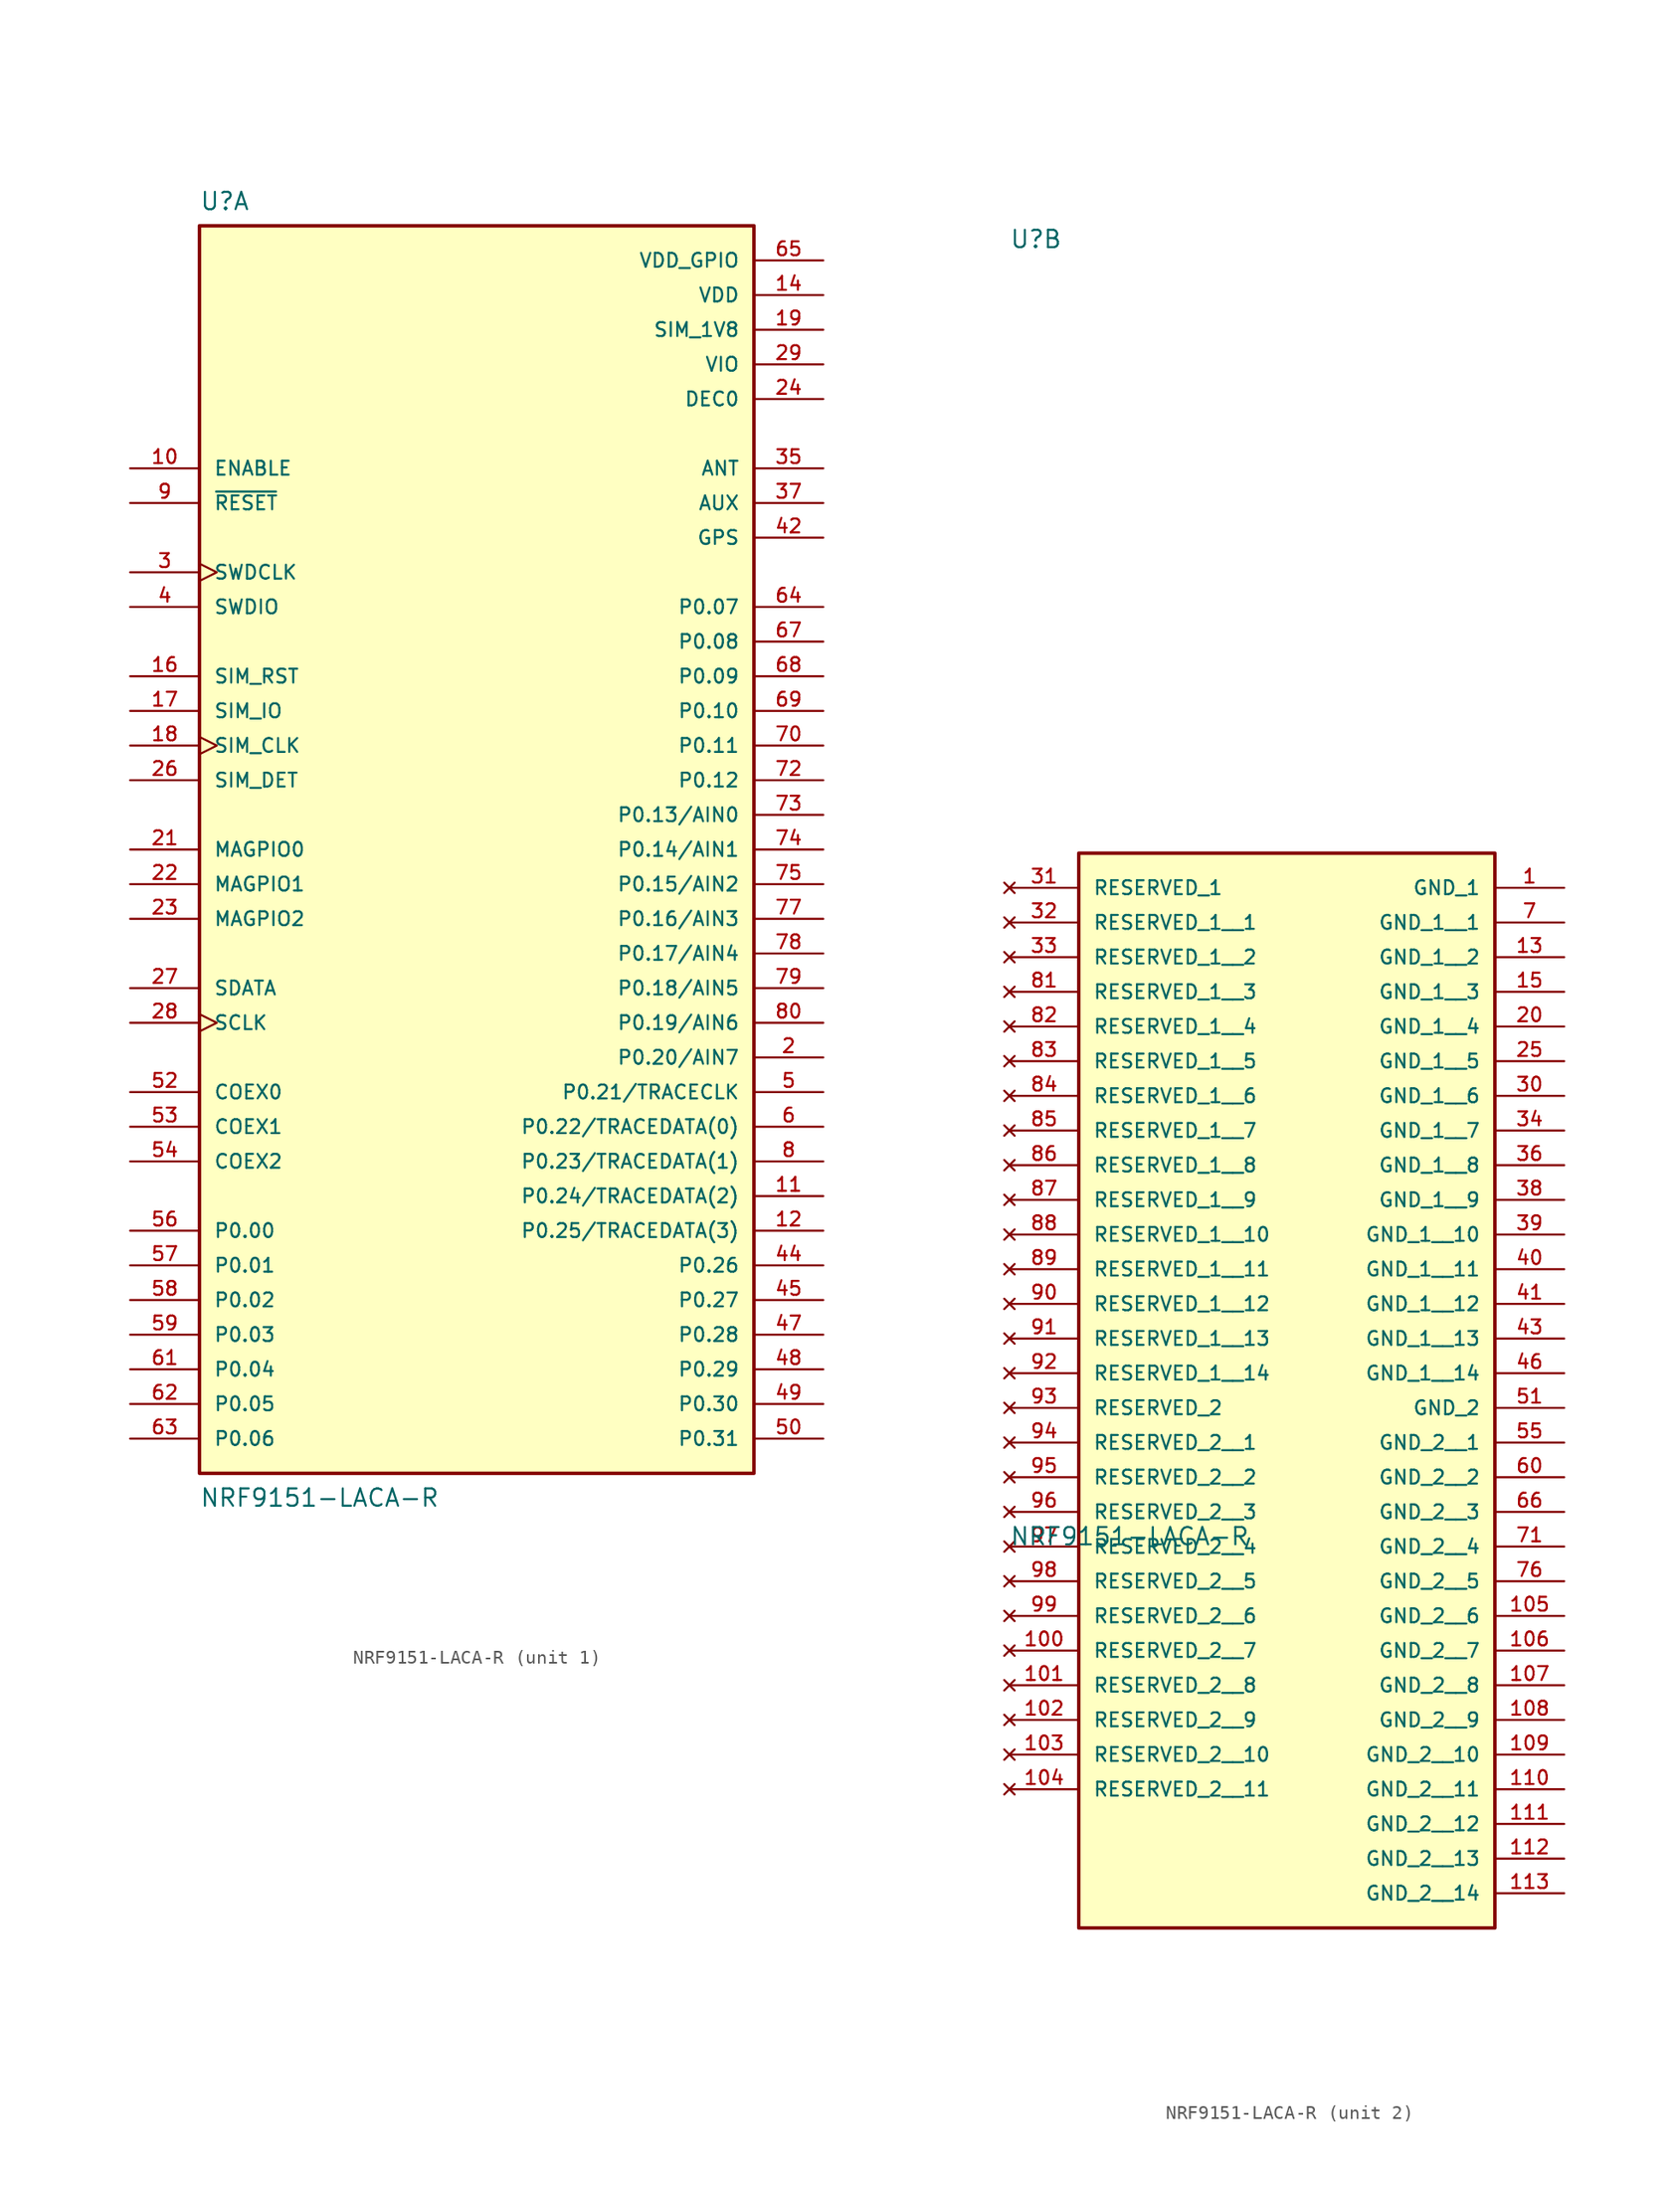
<source format=kicad_sym>
(kicad_symbol_lib
  (version 20211014)
  (generator kicad_symbol_editor)
  (symbol "NRF9151-LACA-R"
    (pin_names
      (offset 1.016))
    (property "Reference" "U"
      (at -20.32 48.26 0)
      (effects (font (size 1.27 1.27)) (justify top left)))
    (property "Value" "NRF9151-LACA-R"
      (at -20.32 -48.26 0)
      (effects (font (size 1.27 1.27)) (justify bottom left)))
    (symbol "NRF9151-LACA-R_1_0"
      (rectangle (start -20.32 -45.72) (end 20.32 45.72) (stroke (width 0.254)) (fill (type background)))
      (pin bidirectional line (at 25.4 -15.24 180.0) (length 5.08) (name "P0.20/AIN7" (effects (font (size 1.016 1.016)))) (number "2" (effects (font (size 1.016 1.016)))))
      (pin input clock (at -25.4 20.32 0) (length 5.08) (name "SWDCLK" (effects (font (size 1.016 1.016)))) (number "3" (effects (font (size 1.016 1.016)))))
      (pin bidirectional line (at -25.4 17.78 0) (length 5.08) (name "SWDIO" (effects (font (size 1.016 1.016)))) (number "4" (effects (font (size 1.016 1.016)))))
      (pin bidirectional line (at 25.4 -17.78 180.0) (length 5.08) (name "P0.21/TRACECLK" (effects (font (size 1.016 1.016)))) (number "5" (effects (font (size 1.016 1.016)))))
      (pin bidirectional line (at 25.4 -20.32 180.0) (length 5.08) (name "P0.22/TRACEDATA(0)" (effects (font (size 1.016 1.016)))) (number "6" (effects (font (size 1.016 1.016)))))
      (pin bidirectional line (at 25.4 -22.86 180.0) (length 5.08) (name "P0.23/TRACEDATA(1)" (effects (font (size 1.016 1.016)))) (number "8" (effects (font (size 1.016 1.016)))))
      (pin input line (at -25.4 25.4 0) (length 5.08) (name "~{RESET}" (effects (font (size 1.016 1.016)))) (number "9" (effects (font (size 1.016 1.016)))))
      (pin input line (at -25.4 27.94 0) (length 5.08) (name "ENABLE" (effects (font (size 1.016 1.016)))) (number "10" (effects (font (size 1.016 1.016)))))
      (pin bidirectional line (at 25.4 -25.4 180.0) (length 5.08) (name "P0.24/TRACEDATA(2)" (effects (font (size 1.016 1.016)))) (number "11" (effects (font (size 1.016 1.016)))))
      (pin bidirectional line (at 25.4 -27.94 180.0) (length 5.08) (name "P0.25/TRACEDATA(3)" (effects (font (size 1.016 1.016)))) (number "12" (effects (font (size 1.016 1.016)))))
      (pin power_in line (at 25.4 40.64 180.0) (length 5.08) (name "VDD" (effects (font (size 1.016 1.016)))) (number "14" (effects (font (size 1.016 1.016)))))
      (pin bidirectional line (at -25.4 12.7 0) (length 5.08) (name "SIM_RST" (effects (font (size 1.016 1.016)))) (number "16" (effects (font (size 1.016 1.016)))))
      (pin bidirectional line (at -25.4 10.16 0) (length 5.08) (name "SIM_IO" (effects (font (size 1.016 1.016)))) (number "17" (effects (font (size 1.016 1.016)))))
      (pin bidirectional clock (at -25.4 7.62 0) (length 5.08) (name "SIM_CLK" (effects (font (size 1.016 1.016)))) (number "18" (effects (font (size 1.016 1.016)))))
      (pin power_in line (at 25.4 38.1 180.0) (length 5.08) (name "SIM_1V8" (effects (font (size 1.016 1.016)))) (number "19" (effects (font (size 1.016 1.016)))))
      (pin bidirectional line (at -25.4 0.0 0) (length 5.08) (name "MAGPIO0" (effects (font (size 1.016 1.016)))) (number "21" (effects (font (size 1.016 1.016)))))
      (pin bidirectional line (at -25.4 -2.54 0) (length 5.08) (name "MAGPIO1" (effects (font (size 1.016 1.016)))) (number "22" (effects (font (size 1.016 1.016)))))
      (pin bidirectional line (at -25.4 -5.08 0) (length 5.08) (name "MAGPIO2" (effects (font (size 1.016 1.016)))) (number "23" (effects (font (size 1.016 1.016)))))
      (pin power_in line (at 25.4 33.02 180.0) (length 5.08) (name "DEC0" (effects (font (size 1.016 1.016)))) (number "24" (effects (font (size 1.016 1.016)))))
      (pin bidirectional line (at -25.4 5.08 0) (length 5.08) (name "SIM_DET" (effects (font (size 1.016 1.016)))) (number "26" (effects (font (size 1.016 1.016)))))
      (pin bidirectional line (at -25.4 -10.16 0) (length 5.08) (name "SDATA" (effects (font (size 1.016 1.016)))) (number "27" (effects (font (size 1.016 1.016)))))
      (pin bidirectional clock (at -25.4 -12.7 0) (length 5.08) (name "SCLK" (effects (font (size 1.016 1.016)))) (number "28" (effects (font (size 1.016 1.016)))))
      (pin power_in line (at 25.4 35.56 180.0) (length 5.08) (name "VIO" (effects (font (size 1.016 1.016)))) (number "29" (effects (font (size 1.016 1.016)))))
      (pin bidirectional line (at 25.4 27.94 180.0) (length 5.08) (name "ANT" (effects (font (size 1.016 1.016)))) (number "35" (effects (font (size 1.016 1.016)))))
      (pin bidirectional line (at 25.4 25.4 180.0) (length 5.08) (name "AUX" (effects (font (size 1.016 1.016)))) (number "37" (effects (font (size 1.016 1.016)))))
      (pin bidirectional line (at 25.4 22.86 180.0) (length 5.08) (name "GPS" (effects (font (size 1.016 1.016)))) (number "42" (effects (font (size 1.016 1.016)))))
      (pin bidirectional line (at 25.4 -30.48 180.0) (length 5.08) (name "P0.26" (effects (font (size 1.016 1.016)))) (number "44" (effects (font (size 1.016 1.016)))))
      (pin bidirectional line (at 25.4 -33.02 180.0) (length 5.08) (name "P0.27" (effects (font (size 1.016 1.016)))) (number "45" (effects (font (size 1.016 1.016)))))
      (pin bidirectional line (at 25.4 -35.56 180.0) (length 5.08) (name "P0.28" (effects (font (size 1.016 1.016)))) (number "47" (effects (font (size 1.016 1.016)))))
      (pin bidirectional line (at 25.4 -38.1 180.0) (length 5.08) (name "P0.29" (effects (font (size 1.016 1.016)))) (number "48" (effects (font (size 1.016 1.016)))))
      (pin bidirectional line (at 25.4 -40.64 180.0) (length 5.08) (name "P0.30" (effects (font (size 1.016 1.016)))) (number "49" (effects (font (size 1.016 1.016)))))
      (pin bidirectional line (at 25.4 -43.18 180.0) (length 5.08) (name "P0.31" (effects (font (size 1.016 1.016)))) (number "50" (effects (font (size 1.016 1.016)))))
      (pin bidirectional line (at -25.4 -17.78 0) (length 5.08) (name "COEX0" (effects (font (size 1.016 1.016)))) (number "52" (effects (font (size 1.016 1.016)))))
      (pin bidirectional line (at -25.4 -20.32 0) (length 5.08) (name "COEX1" (effects (font (size 1.016 1.016)))) (number "53" (effects (font (size 1.016 1.016)))))
      (pin bidirectional line (at -25.4 -22.86 0) (length 5.08) (name "COEX2" (effects (font (size 1.016 1.016)))) (number "54" (effects (font (size 1.016 1.016)))))
      (pin bidirectional line (at -25.4 -27.94 0) (length 5.08) (name "P0.00" (effects (font (size 1.016 1.016)))) (number "56" (effects (font (size 1.016 1.016)))))
      (pin bidirectional line (at -25.4 -30.48 0) (length 5.08) (name "P0.01" (effects (font (size 1.016 1.016)))) (number "57" (effects (font (size 1.016 1.016)))))
      (pin bidirectional line (at -25.4 -33.02 0) (length 5.08) (name "P0.02" (effects (font (size 1.016 1.016)))) (number "58" (effects (font (size 1.016 1.016)))))
      (pin bidirectional line (at -25.4 -35.56 0) (length 5.08) (name "P0.03" (effects (font (size 1.016 1.016)))) (number "59" (effects (font (size 1.016 1.016)))))
      (pin bidirectional line (at -25.4 -38.1 0) (length 5.08) (name "P0.04" (effects (font (size 1.016 1.016)))) (number "61" (effects (font (size 1.016 1.016)))))
      (pin bidirectional line (at -25.4 -40.64 0) (length 5.08) (name "P0.05" (effects (font (size 1.016 1.016)))) (number "62" (effects (font (size 1.016 1.016)))))
      (pin bidirectional line (at -25.4 -43.18 0) (length 5.08) (name "P0.06" (effects (font (size 1.016 1.016)))) (number "63" (effects (font (size 1.016 1.016)))))
      (pin bidirectional line (at 25.4 17.78 180.0) (length 5.08) (name "P0.07" (effects (font (size 1.016 1.016)))) (number "64" (effects (font (size 1.016 1.016)))))
      (pin power_in line (at 25.4 43.18 180.0) (length 5.08) (name "VDD_GPIO" (effects (font (size 1.016 1.016)))) (number "65" (effects (font (size 1.016 1.016)))))
      (pin bidirectional line (at 25.4 15.24 180.0) (length 5.08) (name "P0.08" (effects (font (size 1.016 1.016)))) (number "67" (effects (font (size 1.016 1.016)))))
      (pin bidirectional line (at 25.4 12.7 180.0) (length 5.08) (name "P0.09" (effects (font (size 1.016 1.016)))) (number "68" (effects (font (size 1.016 1.016)))))
      (pin bidirectional line (at 25.4 10.16 180.0) (length 5.08) (name "P0.10" (effects (font (size 1.016 1.016)))) (number "69" (effects (font (size 1.016 1.016)))))
      (pin bidirectional line (at 25.4 7.62 180.0) (length 5.08) (name "P0.11" (effects (font (size 1.016 1.016)))) (number "70" (effects (font (size 1.016 1.016)))))
      (pin bidirectional line (at 25.4 5.08 180.0) (length 5.08) (name "P0.12" (effects (font (size 1.016 1.016)))) (number "72" (effects (font (size 1.016 1.016)))))
      (pin bidirectional line (at 25.4 2.54 180.0) (length 5.08) (name "P0.13/AIN0" (effects (font (size 1.016 1.016)))) (number "73" (effects (font (size 1.016 1.016)))))
      (pin bidirectional line (at 25.4 0.0 180.0) (length 5.08) (name "P0.14/AIN1" (effects (font (size 1.016 1.016)))) (number "74" (effects (font (size 1.016 1.016)))))
      (pin bidirectional line (at 25.4 -2.54 180.0) (length 5.08) (name "P0.15/AIN2" (effects (font (size 1.016 1.016)))) (number "75" (effects (font (size 1.016 1.016)))))
      (pin bidirectional line (at 25.4 -5.08 180.0) (length 5.08) (name "P0.16/AIN3" (effects (font (size 1.016 1.016)))) (number "77" (effects (font (size 1.016 1.016)))))
      (pin bidirectional line (at 25.4 -7.62 180.0) (length 5.08) (name "P0.17/AIN4" (effects (font (size 1.016 1.016)))) (number "78" (effects (font (size 1.016 1.016)))))
      (pin bidirectional line (at 25.4 -10.16 180.0) (length 5.08) (name "P0.18/AIN5" (effects (font (size 1.016 1.016)))) (number "79" (effects (font (size 1.016 1.016)))))
      (pin bidirectional line (at 25.4 -12.7 180.0) (length 5.08) (name "P0.19/AIN6" (effects (font (size 1.016 1.016)))) (number "80" (effects (font (size 1.016 1.016))))))
    (symbol "NRF9151-LACA-R_2_0"
      (rectangle (start -15.24 -76.2) (end 15.24 2.54) (stroke (width 0.254)) (fill (type background)))
      (pin power_in line (at 20.32 0.0 180.0) (length 5.08) (name "GND_1" (effects (font (size 1.016 1.016)))) (number "1" (effects (font (size 1.016 1.016)))))
      (pin power_in line (at 20.32 -38.1 180.0) (length 5.08) (name "GND_2" (effects (font (size 1.016 1.016)))) (number "51" (effects (font (size 1.016 1.016)))))
      (pin no_connect line (at -20.32 0.0 0) (length 5.08) (name "RESERVED_1" (effects (font (size 1.016 1.016)))) (number "31" (effects (font (size 1.016 1.016)))))
      (pin no_connect line (at -20.32 -38.1 0) (length 5.08) (name "RESERVED_2" (effects (font (size 1.016 1.016)))) (number "93" (effects (font (size 1.016 1.016)))))
      (pin no_connect line (at -20.32 -2.54 0) (length 5.08) (name "RESERVED_1__1" (effects (font (size 1.016 1.016)))) (number "32" (effects (font (size 1.016 1.016)))))
      (pin no_connect line (at -20.32 -5.08 0) (length 5.08) (name "RESERVED_1__2" (effects (font (size 1.016 1.016)))) (number "33" (effects (font (size 1.016 1.016)))))
      (pin no_connect line (at -20.32 -7.62 0) (length 5.08) (name "RESERVED_1__3" (effects (font (size 1.016 1.016)))) (number "81" (effects (font (size 1.016 1.016)))))
      (pin no_connect line (at -20.32 -10.16 0) (length 5.08) (name "RESERVED_1__4" (effects (font (size 1.016 1.016)))) (number "82" (effects (font (size 1.016 1.016)))))
      (pin no_connect line (at -20.32 -12.7 0) (length 5.08) (name "RESERVED_1__5" (effects (font (size 1.016 1.016)))) (number "83" (effects (font (size 1.016 1.016)))))
      (pin no_connect line (at -20.32 -15.24 0) (length 5.08) (name "RESERVED_1__6" (effects (font (size 1.016 1.016)))) (number "84" (effects (font (size 1.016 1.016)))))
      (pin no_connect line (at -20.32 -17.78 0) (length 5.08) (name "RESERVED_1__7" (effects (font (size 1.016 1.016)))) (number "85" (effects (font (size 1.016 1.016)))))
      (pin no_connect line (at -20.32 -20.32 0) (length 5.08) (name "RESERVED_1__8" (effects (font (size 1.016 1.016)))) (number "86" (effects (font (size 1.016 1.016)))))
      (pin no_connect line (at -20.32 -22.86 0) (length 5.08) (name "RESERVED_1__9" (effects (font (size 1.016 1.016)))) (number "87" (effects (font (size 1.016 1.016)))))
      (pin no_connect line (at -20.32 -25.4 0) (length 5.08) (name "RESERVED_1__10" (effects (font (size 1.016 1.016)))) (number "88" (effects (font (size 1.016 1.016)))))
      (pin no_connect line (at -20.32 -27.94 0) (length 5.08) (name "RESERVED_1__11" (effects (font (size 1.016 1.016)))) (number "89" (effects (font (size 1.016 1.016)))))
      (pin no_connect line (at -20.32 -30.48 0) (length 5.08) (name "RESERVED_1__12" (effects (font (size 1.016 1.016)))) (number "90" (effects (font (size 1.016 1.016)))))
      (pin no_connect line (at -20.32 -33.02 0) (length 5.08) (name "RESERVED_1__13" (effects (font (size 1.016 1.016)))) (number "91" (effects (font (size 1.016 1.016)))))
      (pin no_connect line (at -20.32 -35.56 0) (length 5.08) (name "RESERVED_1__14" (effects (font (size 1.016 1.016)))) (number "92" (effects (font (size 1.016 1.016)))))
      (pin no_connect line (at -20.32 -40.64 0) (length 5.08) (name "RESERVED_2__1" (effects (font (size 1.016 1.016)))) (number "94" (effects (font (size 1.016 1.016)))))
      (pin no_connect line (at -20.32 -43.18 0) (length 5.08) (name "RESERVED_2__2" (effects (font (size 1.016 1.016)))) (number "95" (effects (font (size 1.016 1.016)))))
      (pin no_connect line (at -20.32 -45.72 0) (length 5.08) (name "RESERVED_2__3" (effects (font (size 1.016 1.016)))) (number "96" (effects (font (size 1.016 1.016)))))
      (pin no_connect line (at -20.32 -48.26 0) (length 5.08) (name "RESERVED_2__4" (effects (font (size 1.016 1.016)))) (number "97" (effects (font (size 1.016 1.016)))))
      (pin no_connect line (at -20.32 -50.8 0) (length 5.08) (name "RESERVED_2__5" (effects (font (size 1.016 1.016)))) (number "98" (effects (font (size 1.016 1.016)))))
      (pin no_connect line (at -20.32 -53.34 0) (length 5.08) (name "RESERVED_2__6" (effects (font (size 1.016 1.016)))) (number "99" (effects (font (size 1.016 1.016)))))
      (pin no_connect line (at -20.32 -55.88 0) (length 5.08) (name "RESERVED_2__7" (effects (font (size 1.016 1.016)))) (number "100" (effects (font (size 1.016 1.016)))))
      (pin no_connect line (at -20.32 -58.42 0) (length 5.08) (name "RESERVED_2__8" (effects (font (size 1.016 1.016)))) (number "101" (effects (font (size 1.016 1.016)))))
      (pin no_connect line (at -20.32 -60.96 0) (length 5.08) (name "RESERVED_2__9" (effects (font (size 1.016 1.016)))) (number "102" (effects (font (size 1.016 1.016)))))
      (pin no_connect line (at -20.32 -63.5 0) (length 5.08) (name "RESERVED_2__10" (effects (font (size 1.016 1.016)))) (number "103" (effects (font (size 1.016 1.016)))))
      (pin no_connect line (at -20.32 -66.04 0) (length 5.08) (name "RESERVED_2__11" (effects (font (size 1.016 1.016)))) (number "104" (effects (font (size 1.016 1.016)))))
      (pin power_in line (at 20.32 -2.54 180.0) (length 5.08) (name "GND_1__1" (effects (font (size 1.016 1.016)))) (number "7" (effects (font (size 1.016 1.016)))))
      (pin power_in line (at 20.32 -5.08 180.0) (length 5.08) (name "GND_1__2" (effects (font (size 1.016 1.016)))) (number "13" (effects (font (size 1.016 1.016)))))
      (pin power_in line (at 20.32 -7.62 180.0) (length 5.08) (name "GND_1__3" (effects (font (size 1.016 1.016)))) (number "15" (effects (font (size 1.016 1.016)))))
      (pin power_in line (at 20.32 -10.16 180.0) (length 5.08) (name "GND_1__4" (effects (font (size 1.016 1.016)))) (number "20" (effects (font (size 1.016 1.016)))))
      (pin power_in line (at 20.32 -12.7 180.0) (length 5.08) (name "GND_1__5" (effects (font (size 1.016 1.016)))) (number "25" (effects (font (size 1.016 1.016)))))
      (pin power_in line (at 20.32 -15.24 180.0) (length 5.08) (name "GND_1__6" (effects (font (size 1.016 1.016)))) (number "30" (effects (font (size 1.016 1.016)))))
      (pin power_in line (at 20.32 -17.78 180.0) (length 5.08) (name "GND_1__7" (effects (font (size 1.016 1.016)))) (number "34" (effects (font (size 1.016 1.016)))))
      (pin power_in line (at 20.32 -20.32 180.0) (length 5.08) (name "GND_1__8" (effects (font (size 1.016 1.016)))) (number "36" (effects (font (size 1.016 1.016)))))
      (pin power_in line (at 20.32 -22.86 180.0) (length 5.08) (name "GND_1__9" (effects (font (size 1.016 1.016)))) (number "38" (effects (font (size 1.016 1.016)))))
      (pin power_in line (at 20.32 -25.4 180.0) (length 5.08) (name "GND_1__10" (effects (font (size 1.016 1.016)))) (number "39" (effects (font (size 1.016 1.016)))))
      (pin power_in line (at 20.32 -27.94 180.0) (length 5.08) (name "GND_1__11" (effects (font (size 1.016 1.016)))) (number "40" (effects (font (size 1.016 1.016)))))
      (pin power_in line (at 20.32 -30.48 180.0) (length 5.08) (name "GND_1__12" (effects (font (size 1.016 1.016)))) (number "41" (effects (font (size 1.016 1.016)))))
      (pin power_in line (at 20.32 -33.02 180.0) (length 5.08) (name "GND_1__13" (effects (font (size 1.016 1.016)))) (number "43" (effects (font (size 1.016 1.016)))))
      (pin power_in line (at 20.32 -35.56 180.0) (length 5.08) (name "GND_1__14" (effects (font (size 1.016 1.016)))) (number "46" (effects (font (size 1.016 1.016)))))
      (pin power_in line (at 20.32 -40.64 180.0) (length 5.08) (name "GND_2__1" (effects (font (size 1.016 1.016)))) (number "55" (effects (font (size 1.016 1.016)))))
      (pin power_in line (at 20.32 -43.18 180.0) (length 5.08) (name "GND_2__2" (effects (font (size 1.016 1.016)))) (number "60" (effects (font (size 1.016 1.016)))))
      (pin power_in line (at 20.32 -45.72 180.0) (length 5.08) (name "GND_2__3" (effects (font (size 1.016 1.016)))) (number "66" (effects (font (size 1.016 1.016)))))
      (pin power_in line (at 20.32 -48.26 180.0) (length 5.08) (name "GND_2__4" (effects (font (size 1.016 1.016)))) (number "71" (effects (font (size 1.016 1.016)))))
      (pin power_in line (at 20.32 -50.8 180.0) (length 5.08) (name "GND_2__5" (effects (font (size 1.016 1.016)))) (number "76" (effects (font (size 1.016 1.016)))))
      (pin power_in line (at 20.32 -53.34 180.0) (length 5.08) (name "GND_2__6" (effects (font (size 1.016 1.016)))) (number "105" (effects (font (size 1.016 1.016)))))
      (pin power_in line (at 20.32 -55.88 180.0) (length 5.08) (name "GND_2__7" (effects (font (size 1.016 1.016)))) (number "106" (effects (font (size 1.016 1.016)))))
      (pin power_in line (at 20.32 -58.42 180.0) (length 5.08) (name "GND_2__8" (effects (font (size 1.016 1.016)))) (number "107" (effects (font (size 1.016 1.016)))))
      (pin power_in line (at 20.32 -60.96 180.0) (length 5.08) (name "GND_2__9" (effects (font (size 1.016 1.016)))) (number "108" (effects (font (size 1.016 1.016)))))
      (pin power_in line (at 20.32 -63.5 180.0) (length 5.08) (name "GND_2__10" (effects (font (size 1.016 1.016)))) (number "109" (effects (font (size 1.016 1.016)))))
      (pin power_in line (at 20.32 -66.04 180.0) (length 5.08) (name "GND_2__11" (effects (font (size 1.016 1.016)))) (number "110" (effects (font (size 1.016 1.016)))))
      (pin power_in line (at 20.32 -68.58 180.0) (length 5.08) (name "GND_2__12" (effects (font (size 1.016 1.016)))) (number "111" (effects (font (size 1.016 1.016)))))
      (pin power_in line (at 20.32 -71.12 180.0) (length 5.08) (name "GND_2__13" (effects (font (size 1.016 1.016)))) (number "112" (effects (font (size 1.016 1.016)))))
      (pin power_in line (at 20.32 -73.66 180.0) (length 5.08) (name "GND_2__14" (effects (font (size 1.016 1.016)))) (number "113" (effects (font (size 1.016 1.016))))))))
</source>
